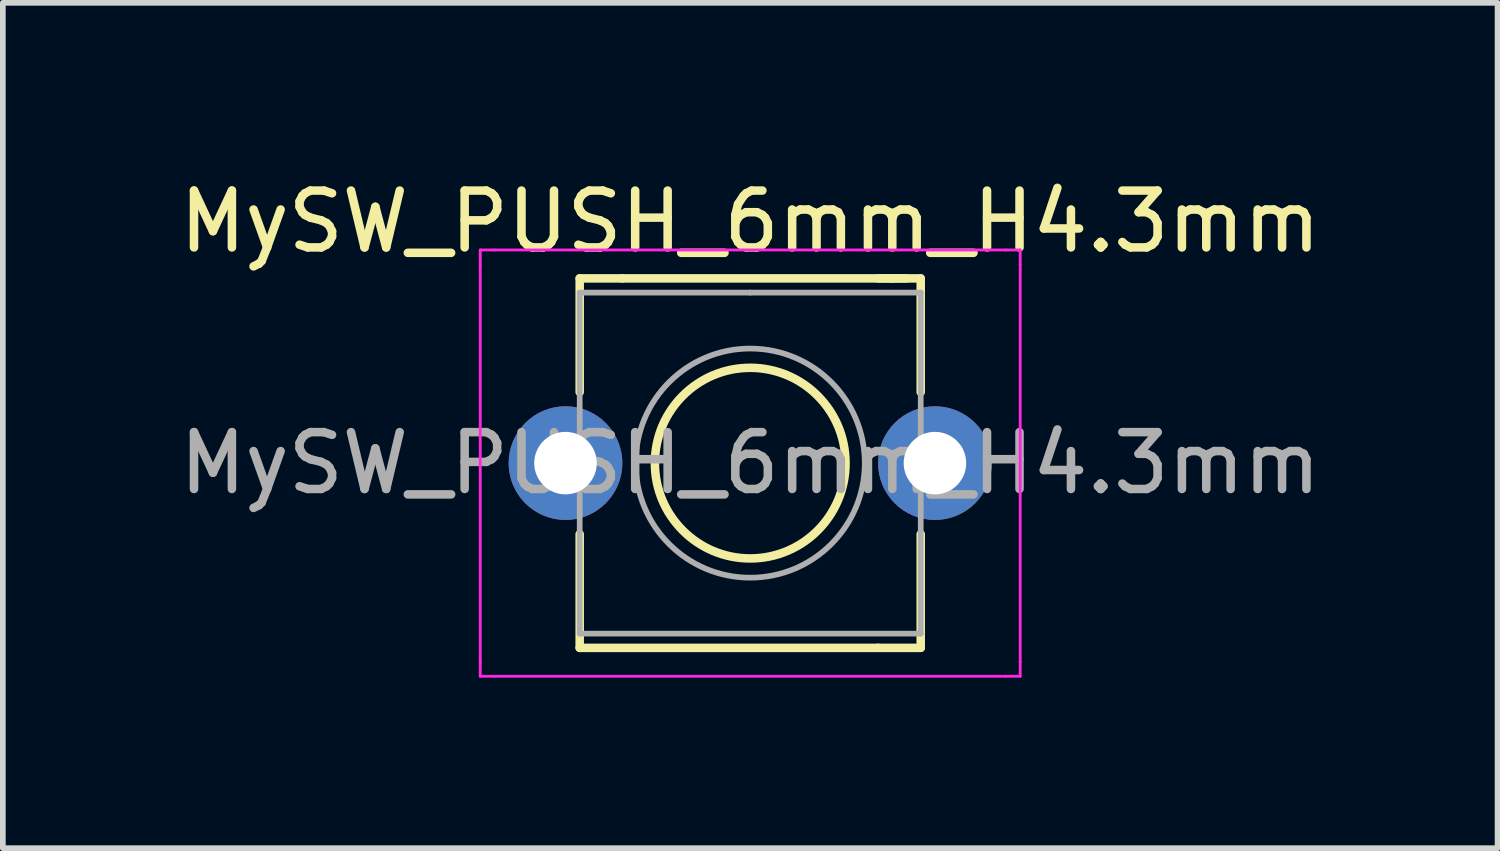
<source format=kicad_pcb>
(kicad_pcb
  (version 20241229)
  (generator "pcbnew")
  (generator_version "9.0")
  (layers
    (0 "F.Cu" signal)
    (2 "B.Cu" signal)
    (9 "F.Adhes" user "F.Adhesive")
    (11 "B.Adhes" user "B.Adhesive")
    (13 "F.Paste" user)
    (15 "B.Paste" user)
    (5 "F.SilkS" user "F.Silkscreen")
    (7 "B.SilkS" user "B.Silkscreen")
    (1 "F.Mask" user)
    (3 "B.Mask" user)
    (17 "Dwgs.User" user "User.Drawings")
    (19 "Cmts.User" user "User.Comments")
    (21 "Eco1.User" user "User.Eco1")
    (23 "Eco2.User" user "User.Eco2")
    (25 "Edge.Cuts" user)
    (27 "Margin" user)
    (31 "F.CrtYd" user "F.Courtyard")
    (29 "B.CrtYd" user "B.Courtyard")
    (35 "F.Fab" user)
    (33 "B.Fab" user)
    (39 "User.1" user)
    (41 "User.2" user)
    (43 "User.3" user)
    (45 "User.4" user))
  (footprint "MySW_PUSH_6mm_H4.3mm"
    (layer "F.Cu")
    (at 6.899 2.848)
    (property "Reference" "MySW_PUSH_6mm_H4.3mm" (at 3.25 -2 0) (layer "F.SilkS") (effects (font (size 1 1) (thickness 0.15))))
    (attr through_hole)
    (fp_line (start 0.25 -1) (end 0.25 1) (stroke (width 0.15) (type solid)) (layer "F.SilkS"))
    (fp_line (start 0.25 5.5) (end 0.25 3.5) (stroke (width 0.15) (type solid)) (layer "F.SilkS"))
    (fp_line (start 1 -1) (end 0.25 -1) (stroke (width 0.15) (type solid)) (layer "F.SilkS"))
    (fp_line (start 1 -1) (end 5.75 -1) (stroke (width 0.15) (type solid)) (layer "F.SilkS"))
    (fp_line (start 1 5.5) (end 5.5 5.5) (stroke (width 0.12) (type solid)) (layer "F.SilkS"))
    (fp_line (start 5.5 -1) (end 1 -1) (stroke (width 0.12) (type solid)) (layer "F.SilkS"))
    (fp_line (start 5.5 -1) (end 6.25 -1) (stroke (width 0.15) (type solid)) (layer "F.SilkS"))
    (fp_line (start 5.5 5.5) (end 0.25 5.5) (stroke (width 0.15) (type solid)) (layer "F.SilkS"))
    (fp_line (start 5.5 5.5) (end 6.25 5.5) (stroke (width 0.15) (type solid)) (layer "F.SilkS"))
    (fp_line (start 5.75 -1) (end 6 -1) (stroke (width 0.15) (type solid)) (layer "F.SilkS"))
    (fp_line (start 6.25 -1) (end 6.25 1) (stroke (width 0.15) (type solid)) (layer "F.SilkS"))
    (fp_line (start 6.25 5.5) (end 6.25 3.5) (stroke (width 0.15) (type solid)) (layer "F.SilkS"))
    (fp_circle (center 3.25 2.25) (end 4 3.75) (stroke (width 0.15) (type solid)) (fill no) (layer "F.SilkS"))
    (fp_line (start -1.5 -1.5) (end -1.25 -1.5) (stroke (width 0.05) (type solid)) (layer "F.CrtYd"))
    (fp_line (start -1.5 -1.25) (end -1.5 -1.5) (stroke (width 0.05) (type solid)) (layer "F.CrtYd"))
    (fp_line (start -1.5 5.75) (end -1.5 -1.25) (stroke (width 0.05) (type solid)) (layer "F.CrtYd"))
    (fp_line (start -1.5 5.75) (end -1.5 6) (stroke (width 0.05) (type solid)) (layer "F.CrtYd"))
    (fp_line (start -1.5 6) (end -1.25 6) (stroke (width 0.05) (type solid)) (layer "F.CrtYd"))
    (fp_line (start -1.25 -1.5) (end 7.75 -1.5) (stroke (width 0.05) (type solid)) (layer "F.CrtYd"))
    (fp_line (start 7.75 -1.5) (end 8 -1.5) (stroke (width 0.05) (type solid)) (layer "F.CrtYd"))
    (fp_line (start 7.75 6) (end -1.25 6) (stroke (width 0.05) (type solid)) (layer "F.CrtYd"))
    (fp_line (start 7.75 6) (end 8 6) (stroke (width 0.05) (type solid)) (layer "F.CrtYd"))
    (fp_line (start 8 -1.5) (end 8 -1.25) (stroke (width 0.05) (type solid)) (layer "F.CrtYd"))
    (fp_line (start 8 -1.25) (end 8 5.75) (stroke (width 0.05) (type solid)) (layer "F.CrtYd"))
    (fp_line (start 8 6) (end 8 5.75) (stroke (width 0.05) (type solid)) (layer "F.CrtYd"))
    (fp_line (start 0.25 -0.75) (end 3.25 -0.75) (stroke (width 0.1) (type solid)) (layer "F.Fab"))
    (fp_line (start 0.25 5.25) (end 0.25 -0.75) (stroke (width 0.1) (type solid)) (layer "F.Fab"))
    (fp_line (start 3.25 -0.75) (end 6.25 -0.75) (stroke (width 0.1) (type solid)) (layer "F.Fab"))
    (fp_line (start 6.25 -0.75) (end 6.25 5.25) (stroke (width 0.1) (type solid)) (layer "F.Fab"))
    (fp_line (start 6.25 5.25) (end 0.25 5.25) (stroke (width 0.1) (type solid)) (layer "F.Fab"))
    (fp_circle (center 3.25 2.25) (end 1.25 2.5) (stroke (width 0.1) (type solid)) (fill no) (layer "F.Fab"))
    (fp_text user "${REFERENCE}" (at 3.25 2.25 0) (layer "F.Fab") (effects (font (size 1 1) (thickness 0.15))))
    (pad "1" thru_hole circle (at 0 2.25 90) (size 2 2) (drill 1.1) (layers "*.Cu" "*.Mask"))
    (pad "2" thru_hole circle (at 6.5 2.25 90) (size 2 2) (drill 1.1) (layers "*.Cu" "*.Mask")))
  (gr_rect
    (start -3 -3)
    (end 23.298 11.873)
    (stroke (width 0.1) (type default))
    (fill no)
    (layer "Edge.Cuts")))
</source>
